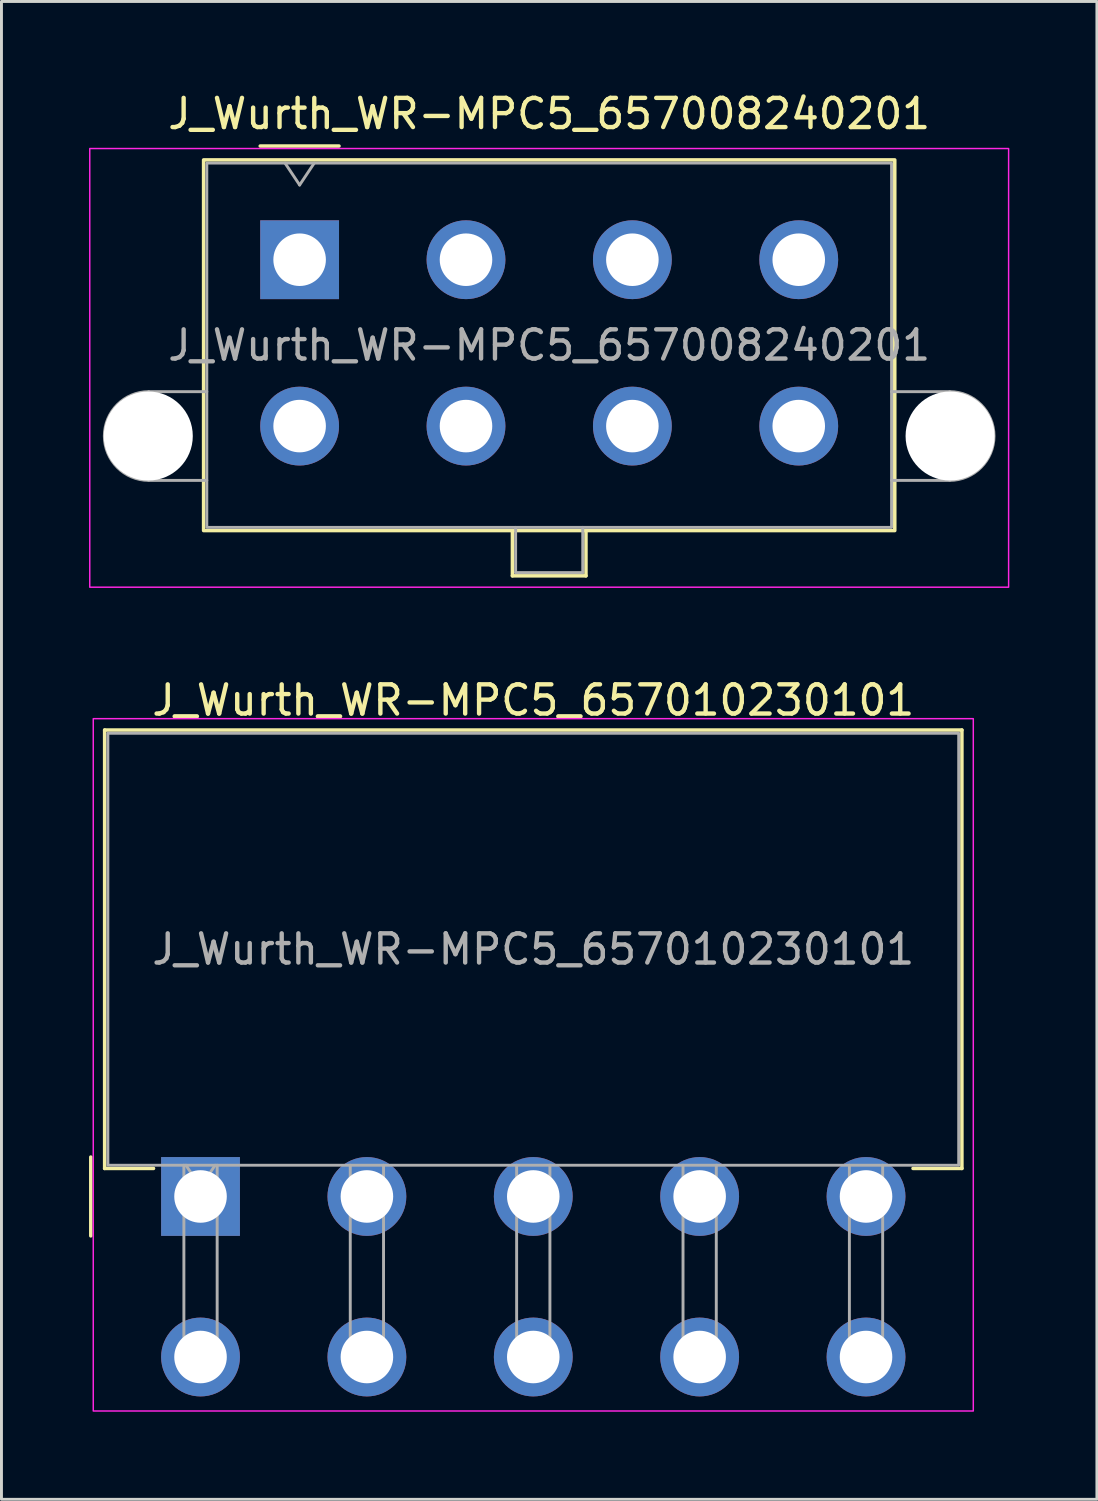
<source format=kicad_pcb>
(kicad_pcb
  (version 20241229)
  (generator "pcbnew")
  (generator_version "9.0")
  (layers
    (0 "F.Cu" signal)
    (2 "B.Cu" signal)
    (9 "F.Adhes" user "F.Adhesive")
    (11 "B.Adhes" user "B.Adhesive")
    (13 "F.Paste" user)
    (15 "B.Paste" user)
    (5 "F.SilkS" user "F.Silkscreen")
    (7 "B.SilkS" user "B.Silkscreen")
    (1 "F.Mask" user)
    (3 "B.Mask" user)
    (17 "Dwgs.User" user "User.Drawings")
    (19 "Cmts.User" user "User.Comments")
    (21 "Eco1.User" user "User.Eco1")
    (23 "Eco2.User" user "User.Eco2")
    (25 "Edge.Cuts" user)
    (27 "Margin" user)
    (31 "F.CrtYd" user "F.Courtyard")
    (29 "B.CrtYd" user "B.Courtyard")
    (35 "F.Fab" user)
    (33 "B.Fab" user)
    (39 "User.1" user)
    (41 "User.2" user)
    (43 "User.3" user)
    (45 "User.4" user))
  (footprint "J_Wurth_WR-MPC5_657010230101"
    (layer "F.Cu")
    (at 3.82 37.941)
    (property "Reference" "J_Wurth_WR-MPC5_657010230101" (at 11.4 -17 0) (unlocked yes) (layer "F.SilkS") (effects (font (size 1 1) (thickness 0.15))))
    (attr through_hole)
    (fp_line (start -3.76 -1.35) (end -3.76 1.35) (stroke (width 0.12) (type solid)) (layer "F.SilkS"))
    (fp_line (start -3.285 -15.98) (end -3.285 -0.96) (stroke (width 0.12) (type solid)) (layer "F.SilkS"))
    (fp_line (start -3.285 -15.98) (end 26.085 -15.98) (stroke (width 0.12) (type solid)) (layer "F.SilkS"))
    (fp_line (start -1.61 -0.96) (end -3.285 -0.96) (stroke (width 0.12) (type solid)) (layer "F.SilkS"))
    (fp_line (start 26.085 -15.98) (end 26.085 -0.96) (stroke (width 0.12) (type solid)) (layer "F.SilkS"))
    (fp_line (start 26.085 -0.96) (end 24.41 -0.96) (stroke (width 0.12) (type solid)) (layer "F.SilkS"))
    (fp_rect (start -3.675 -16.37) (end 26.475 7.35) (stroke (width 0.05) (type solid)) (fill no) (layer "F.CrtYd"))
    (fp_line (start -0.57 0.57) (end -0.57 -1.07) (stroke (width 0.1) (type solid)) (layer "F.Fab"))
    (fp_line (start -0.57 0.57) (end 0.57 0.57) (stroke (width 0.1) (type solid)) (layer "F.Fab"))
    (fp_line (start -0.57 6.07) (end -0.57 0.57) (stroke (width 0.1) (type solid)) (layer "F.Fab"))
    (fp_line (start 0 -0.32) (end -0.5 -1.07) (stroke (width 0.1) (type solid)) (layer "F.Fab"))
    (fp_line (start 0 -0.32) (end 0.5 -1.07) (stroke (width 0.1) (type solid)) (layer "F.Fab"))
    (fp_line (start 0.57 0.57) (end 0.57 -1.07) (stroke (width 0.1) (type solid)) (layer "F.Fab"))
    (fp_line (start 0.57 6.07) (end -0.57 6.07) (stroke (width 0.1) (type solid)) (layer "F.Fab"))
    (fp_line (start 0.57 6.07) (end 0.57 0.57) (stroke (width 0.1) (type solid)) (layer "F.Fab"))
    (fp_line (start 5.13 0.57) (end 5.13 -1.07) (stroke (width 0.1) (type solid)) (layer "F.Fab"))
    (fp_line (start 5.13 0.57) (end 6.27 0.57) (stroke (width 0.1) (type solid)) (layer "F.Fab"))
    (fp_line (start 5.13 6.07) (end 5.13 0.57) (stroke (width 0.1) (type solid)) (layer "F.Fab"))
    (fp_line (start 6.27 0.57) (end 6.27 -1.07) (stroke (width 0.1) (type solid)) (layer "F.Fab"))
    (fp_line (start 6.27 6.07) (end 5.13 6.07) (stroke (width 0.1) (type solid)) (layer "F.Fab"))
    (fp_line (start 6.27 6.07) (end 6.27 0.57) (stroke (width 0.1) (type solid)) (layer "F.Fab"))
    (fp_line (start 10.83 0.57) (end 10.83 -1.07) (stroke (width 0.1) (type solid)) (layer "F.Fab"))
    (fp_line (start 10.83 0.57) (end 11.97 0.57) (stroke (width 0.1) (type solid)) (layer "F.Fab"))
    (fp_line (start 10.83 6.07) (end 10.83 0.57) (stroke (width 0.1) (type solid)) (layer "F.Fab"))
    (fp_line (start 11.97 0.57) (end 11.97 -1.07) (stroke (width 0.1) (type solid)) (layer "F.Fab"))
    (fp_line (start 11.97 6.07) (end 10.83 6.07) (stroke (width 0.1) (type solid)) (layer "F.Fab"))
    (fp_line (start 11.97 6.07) (end 11.97 0.57) (stroke (width 0.1) (type solid)) (layer "F.Fab"))
    (fp_line (start 16.53 0.57) (end 16.53 -1.07) (stroke (width 0.1) (type solid)) (layer "F.Fab"))
    (fp_line (start 16.53 0.57) (end 17.67 0.57) (stroke (width 0.1) (type solid)) (layer "F.Fab"))
    (fp_line (start 16.53 6.07) (end 16.53 0.57) (stroke (width 0.1) (type solid)) (layer "F.Fab"))
    (fp_line (start 17.67 0.57) (end 17.67 -1.07) (stroke (width 0.1) (type solid)) (layer "F.Fab"))
    (fp_line (start 17.67 6.07) (end 16.53 6.07) (stroke (width 0.1) (type solid)) (layer "F.Fab"))
    (fp_line (start 17.67 6.07) (end 17.67 0.57) (stroke (width 0.1) (type solid)) (layer "F.Fab"))
    (fp_line (start 22.23 0.57) (end 22.23 -1.07) (stroke (width 0.1) (type solid)) (layer "F.Fab"))
    (fp_line (start 22.23 0.57) (end 23.37 0.57) (stroke (width 0.1) (type solid)) (layer "F.Fab"))
    (fp_line (start 22.23 6.07) (end 22.23 0.57) (stroke (width 0.1) (type solid)) (layer "F.Fab"))
    (fp_line (start 23.37 0.57) (end 23.37 -1.07) (stroke (width 0.1) (type solid)) (layer "F.Fab"))
    (fp_line (start 23.37 6.07) (end 22.23 6.07) (stroke (width 0.1) (type solid)) (layer "F.Fab"))
    (fp_line (start 23.37 6.07) (end 23.37 0.57) (stroke (width 0.1) (type solid)) (layer "F.Fab"))
    (fp_rect (start -3.175 -15.87) (end 25.975 -1.07) (stroke (width 0.1) (type solid)) (fill no) (layer "F.Fab"))
    (fp_text user "${REFERENCE}" (at 11.4 -8.47 0) (unlocked yes) (layer "F.Fab") (effects (font (size 1 1) (thickness 0.15))))
    (pad "1" thru_hole rect (at 0 0 180) (size 2.7 2.7) (drill 1.8) (layers "*.Cu" "*.Mask"))
    (pad "2" thru_hole circle (at 5.7 0 180) (size 2.7 2.7) (drill 1.8) (layers "*.Cu" "*.Mask"))
    (pad "3" thru_hole circle (at 11.4 0 180) (size 2.7 2.7) (drill 1.8) (layers "*.Cu" "*.Mask"))
    (pad "4" thru_hole circle (at 17.1 0 180) (size 2.7 2.7) (drill 1.8) (layers "*.Cu" "*.Mask"))
    (pad "5" thru_hole circle (at 22.8 0 180) (size 2.7 2.7) (drill 1.8) (layers "*.Cu" "*.Mask"))
    (pad "6" thru_hole circle (at 0 5.5 180) (size 2.7 2.7) (drill 1.8) (layers "*.Cu" "*.Mask"))
    (pad "7" thru_hole circle (at 5.7 5.5 180) (size 2.7 2.7) (drill 1.8) (layers "*.Cu" "*.Mask"))
    (pad "8" thru_hole circle (at 11.4 5.5 180) (size 2.7 2.7) (drill 1.8) (layers "*.Cu" "*.Mask"))
    (pad "9" thru_hole circle (at 17.1 5.5 180) (size 2.7 2.7) (drill 1.8) (layers "*.Cu" "*.Mask"))
    (pad "10" thru_hole circle (at 22.8 5.5 180) (size 2.7 2.7) (drill 1.8) (layers "*.Cu" "*.Mask")))
  (footprint "J_Wurth_WR-MPC5_657008240201"
    (layer "F.Cu")
    (at 7.215 5.848)
    (property "Reference" "J_Wurth_WR-MPC5_657008240201" (at 8.55 -5 0) (unlocked yes) (layer "F.SilkS") (effects (font (size 1 1) (thickness 0.15))))
    (attr through_hole)
    (fp_line (start -1.35 -3.895) (end 1.35 -3.895) (stroke (width 0.12) (type solid)) (layer "F.SilkS"))
    (fp_line (start 7.29 9.28) (end 7.29 10.83) (stroke (width 0.12) (type solid)) (layer "F.SilkS"))
    (fp_line (start 9.81 9.28) (end 9.81 10.83) (stroke (width 0.12) (type solid)) (layer "F.SilkS"))
    (fp_line (start 9.81 10.83) (end 7.29 10.83) (stroke (width 0.12) (type solid)) (layer "F.SilkS"))
    (fp_rect (start -3.29 -3.42) (end 20.39 9.28) (stroke (width 0.12) (type solid)) (fill no) (layer "F.SilkS"))
    (fp_rect (start -7.19 -3.81) (end 24.29 11.22) (stroke (width 0.05) (type solid)) (fill no) (layer "F.CrtYd"))
    (fp_line (start -5.17 4.52) (end -3.18 4.52) (stroke (width 0.1) (type solid)) (layer "F.Fab"))
    (fp_line (start -5.17 7.56) (end -3.18 7.56) (stroke (width 0.1) (type solid)) (layer "F.Fab"))
    (fp_line (start 0 -2.56) (end -0.5 -3.31) (stroke (width 0.1) (type solid)) (layer "F.Fab"))
    (fp_line (start 0 -2.56) (end 0.5 -3.31) (stroke (width 0.1) (type solid)) (layer "F.Fab"))
    (fp_line (start 7.4 10.72) (end 7.4 9.17) (stroke (width 0.1) (type solid)) (layer "F.Fab"))
    (fp_line (start 9.7 9.17) (end 9.7 10.72) (stroke (width 0.1) (type solid)) (layer "F.Fab"))
    (fp_line (start 9.7 10.72) (end 7.4 10.72) (stroke (width 0.1) (type solid)) (layer "F.Fab"))
    (fp_line (start 22.27 4.52) (end 20.28 4.52) (stroke (width 0.1) (type solid)) (layer "F.Fab"))
    (fp_line (start 22.27 7.56) (end 20.28 7.56) (stroke (width 0.1) (type solid)) (layer "F.Fab"))
    (fp_rect (start -3.18 -3.31) (end 20.28 9.17) (stroke (width 0.1) (type solid)) (fill no) (layer "F.Fab"))
    (fp_arc (start -5.17 7.56) (mid -6.69 6.04) (end -5.17 4.52) (stroke (width 0.1) (type solid)) (layer "F.Fab"))
    (fp_arc (start 22.27 4.52) (mid 23.79 6.04) (end 22.27 7.56) (stroke (width 0.1) (type solid)) (layer "F.Fab"))
    (fp_text user "${REFERENCE}" (at 8.55 2.93 0) (unlocked yes) (layer "F.Fab") (effects (font (size 1 1) (thickness 0.15))))
    (pad "" np_thru_hole circle (at -5.185 6.04 180) (size 3.05 3.05) (drill 3.05) (layers "*.Cu" "*.Mask"))
    (pad "" np_thru_hole circle (at 22.285 6.04 180) (size 3.05 3.05) (drill 3.05) (layers "*.Cu" "*.Mask"))
    (pad "1" thru_hole rect (at 0 0 180) (size 2.7 2.7) (drill 1.8) (layers "*.Cu" "*.Mask"))
    (pad "2" thru_hole circle (at 5.7 0 180) (size 2.7 2.7) (drill 1.8) (layers "*.Cu" "*.Mask"))
    (pad "3" thru_hole circle (at 11.4 0 180) (size 2.7 2.7) (drill 1.8) (layers "*.Cu" "*.Mask"))
    (pad "4" thru_hole circle (at 17.1 0 180) (size 2.7 2.7) (drill 1.8) (layers "*.Cu" "*.Mask"))
    (pad "5" thru_hole circle (at 0 5.7 180) (size 2.7 2.7) (drill 1.8) (layers "*.Cu" "*.Mask"))
    (pad "6" thru_hole circle (at 5.7 5.7 180) (size 2.7 2.7) (drill 1.8) (layers "*.Cu" "*.Mask"))
    (pad "7" thru_hole circle (at 11.4 5.7 180) (size 2.7 2.7) (drill 1.8) (layers "*.Cu" "*.Mask"))
    (pad "8" thru_hole circle (at 17.1 5.7 180) (size 2.7 2.7) (drill 1.8) (layers "*.Cu" "*.Mask")))
  (gr_rect
    (start -3 -3)
    (end 34.53 48.316)
    (stroke (width 0.1) (type default))
    (fill no)
    (layer "Edge.Cuts")))
</source>
